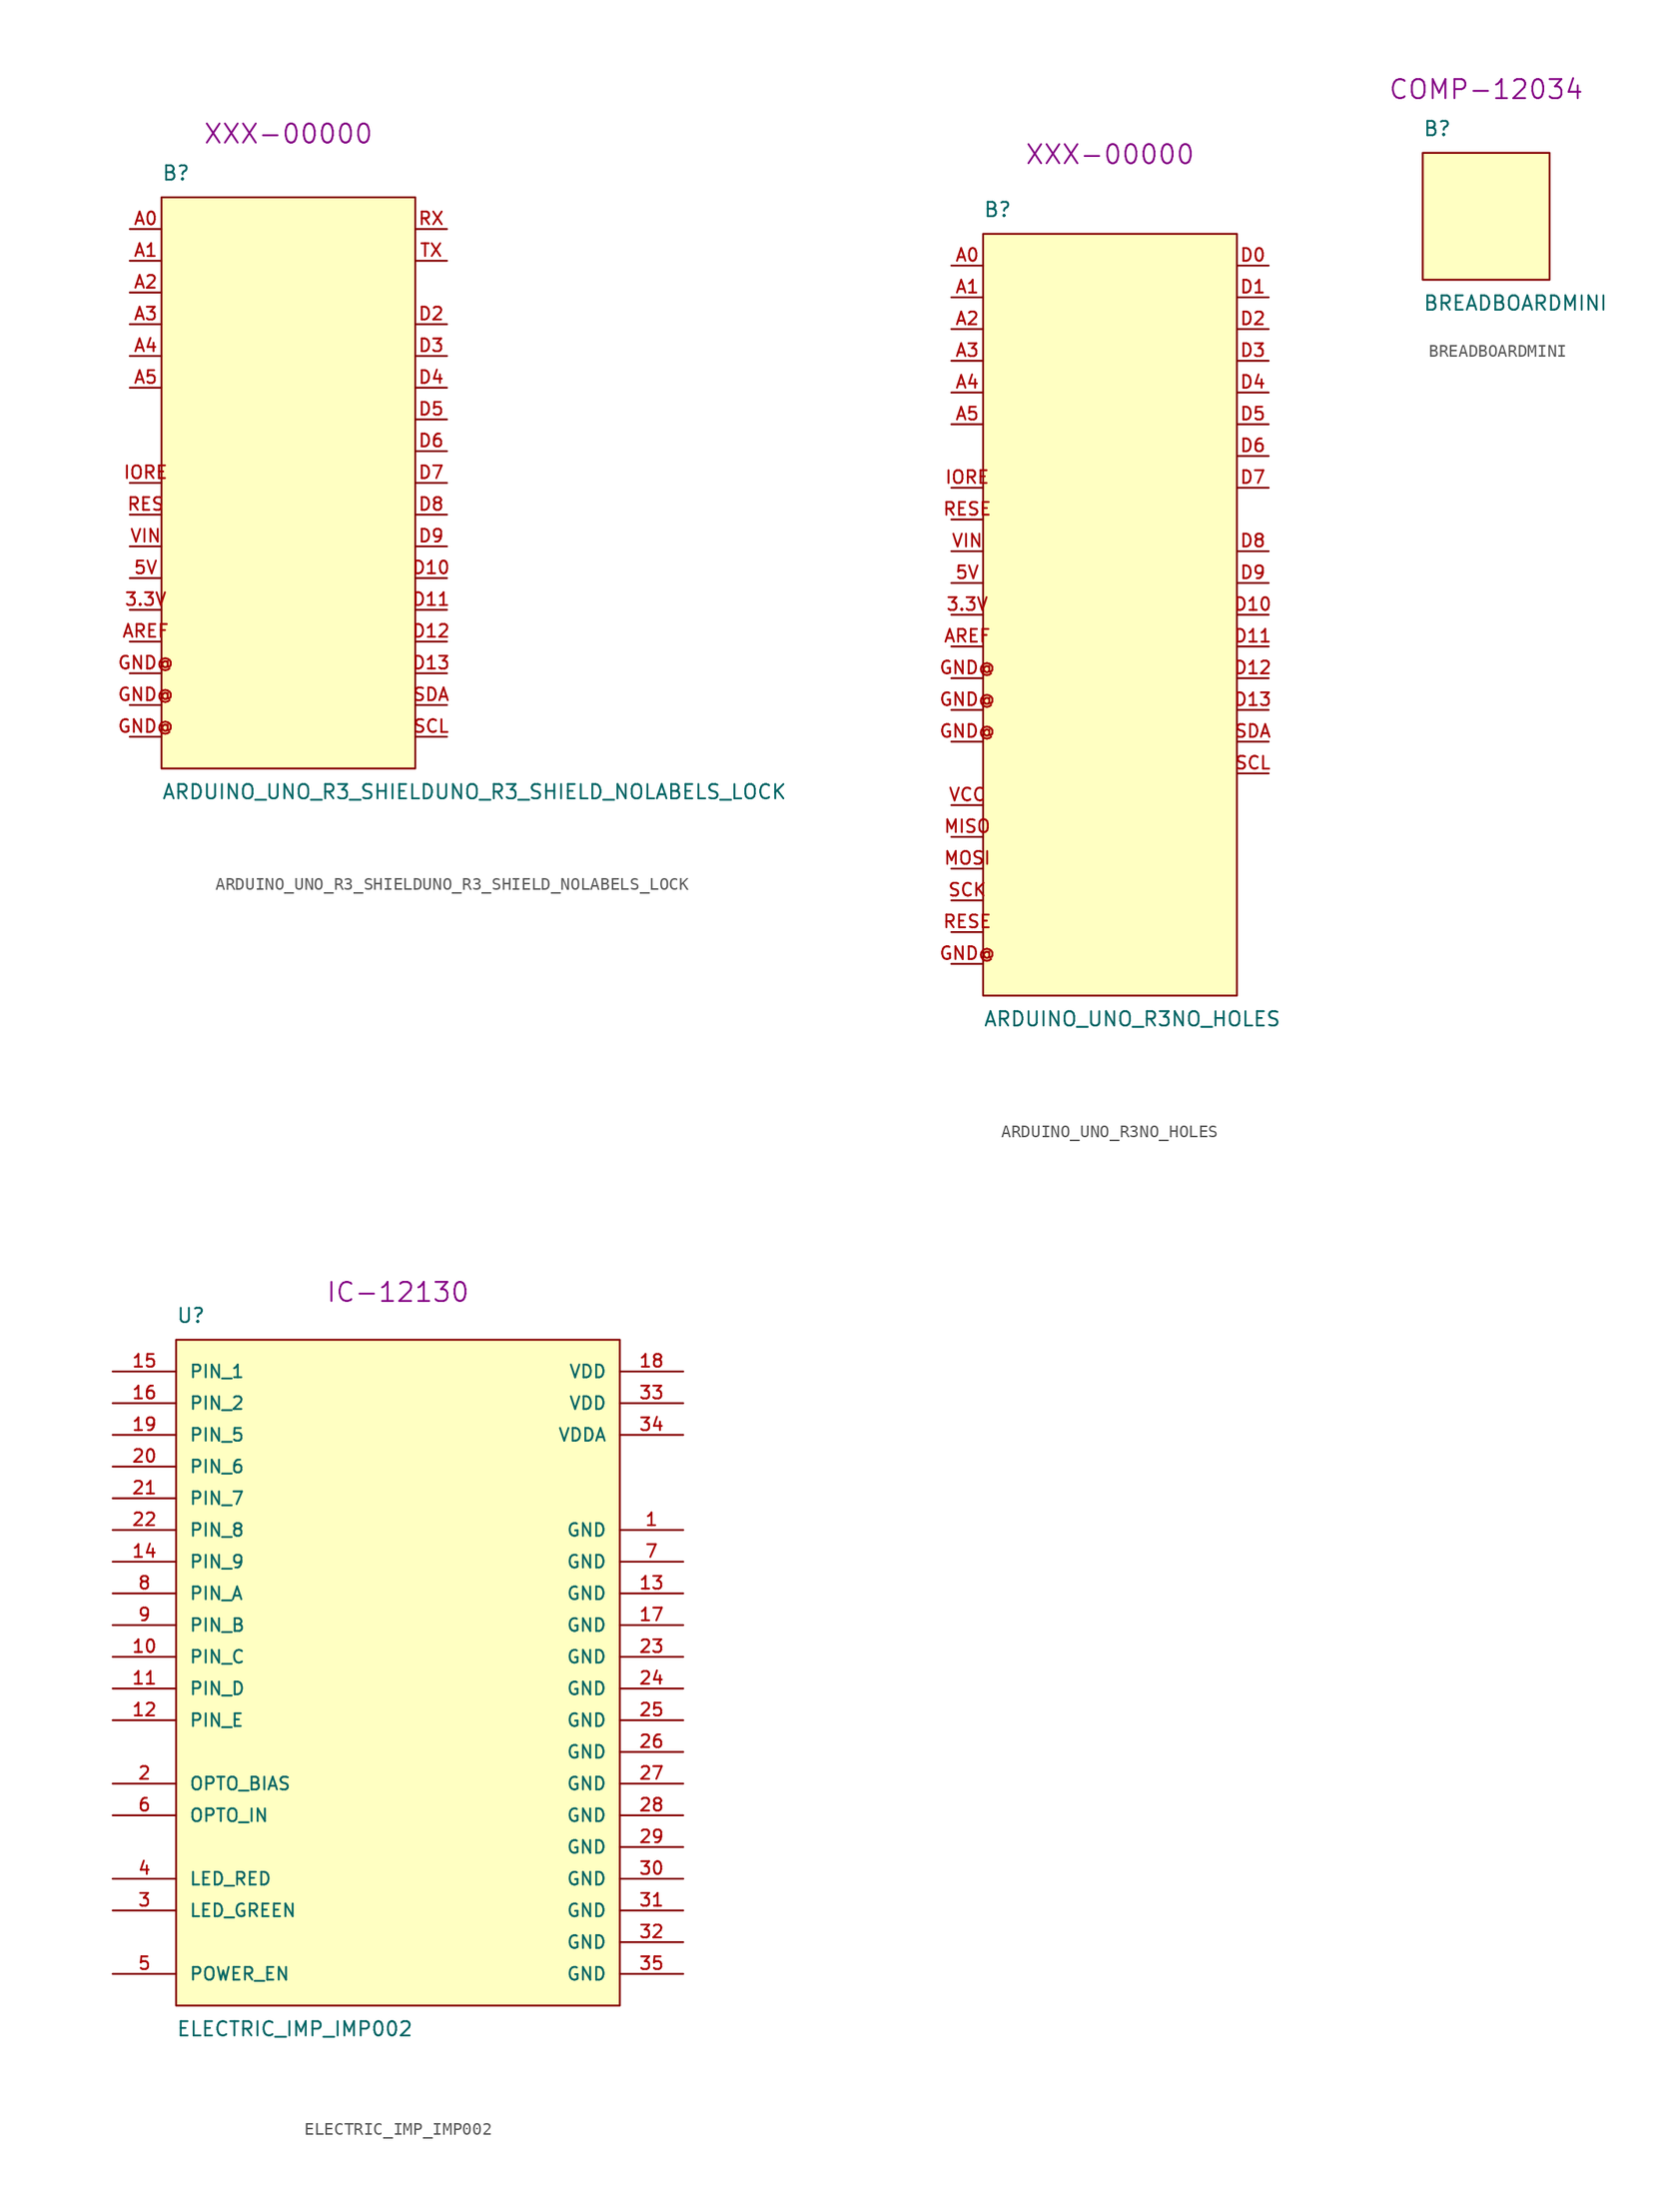
<source format=kicad_sym>
(kicad_symbol_lib
  (version 20201005)
  (generator kicad_symbol_editor)
  (symbol "ARDUINO_UNO_R3_SHIELDUNO_R3_SHIELD_NOLABELS_LOCK"
    (pin_names
      (offset 1.016) hide)
    (property "Reference" "B"
      (at -10.16 21.59 0)
      (effects (font (size 1.143 1.143)) (justify left bottom)))
    (property "Value" "ARDUINO_UNO_R3_SHIELDUNO_R3_SHIELD_NOLABELS_LOCK"
      (at -10.16 -27.94 0)
      (effects (font (size 1.143 1.143)) (justify left bottom)))
    (property "Field4" "XXX-00000"
      (at 0 25.4 0)
      (effects (font (size 1.524 1.524))))
    (property "ki_locked" ""
      (at 0 0 0)
      (effects (font (size 1.27 1.27))))
    (symbol "ARDUINO_UNO_R3_SHIELDUNO_R3_SHIELD_NOLABELS_LOCK_1_1"
      (polyline (pts (xy -10.16 -25.4) (xy -10.16 20.32) (xy 10.16 20.32) (xy 10.16 -25.4) (xy -10.16 -25.4)) (stroke (width 0)) (fill (type background)))
      (pin bidirectional line (at -12.7 17.78 0) (length 2.54) (name "A0" (effects (font (size 1.016 1.016)))) (number "A0" (effects (font (size 1.016 1.016)))))
      (pin bidirectional line (at -12.7 15.24 0) (length 2.54) (name "A1" (effects (font (size 1.016 1.016)))) (number "A1" (effects (font (size 1.016 1.016)))))
      (pin bidirectional line (at -12.7 12.7 0) (length 2.54) (name "A2" (effects (font (size 1.016 1.016)))) (number "A2" (effects (font (size 1.016 1.016)))))
      (pin bidirectional line (at 12.7 10.16 180) (length 2.54) (name "D2" (effects (font (size 1.016 1.016)))) (number "D2" (effects (font (size 1.016 1.016)))))
      (pin bidirectional line (at -12.7 10.16 0) (length 2.54) (name "A3" (effects (font (size 1.016 1.016)))) (number "A3" (effects (font (size 1.016 1.016)))))
      (pin bidirectional line (at 12.7 7.62 180) (length 2.54) (name "*D3" (effects (font (size 1.016 1.016)))) (number "D3" (effects (font (size 1.016 1.016)))))
      (pin bidirectional line (at -12.7 7.62 0) (length 2.54) (name "A4" (effects (font (size 1.016 1.016)))) (number "A4" (effects (font (size 1.016 1.016)))))
      (pin bidirectional line (at 12.7 5.08 180) (length 2.54) (name "D4" (effects (font (size 1.016 1.016)))) (number "D4" (effects (font (size 1.016 1.016)))))
      (pin bidirectional line (at -12.7 5.08 0) (length 2.54) (name "A5" (effects (font (size 1.016 1.016)))) (number "A5" (effects (font (size 1.016 1.016)))))
      (pin bidirectional line (at 12.7 2.54 180) (length 2.54) (name "*D5" (effects (font (size 1.016 1.016)))) (number "D5" (effects (font (size 1.016 1.016)))))
      (pin bidirectional line (at 12.7 0 180) (length 2.54) (name "*D6" (effects (font (size 1.016 1.016)))) (number "D6" (effects (font (size 1.016 1.016)))))
      (pin bidirectional line (at 12.7 -2.54 180) (length 2.54) (name "D7" (effects (font (size 1.016 1.016)))) (number "D7" (effects (font (size 1.016 1.016)))))
      (pin bidirectional line (at 12.7 -5.08 180) (length 2.54) (name "D8" (effects (font (size 1.016 1.016)))) (number "D8" (effects (font (size 1.016 1.016)))))
      (pin bidirectional line (at 12.7 -7.62 180) (length 2.54) (name "*D9" (effects (font (size 1.016 1.016)))) (number "D9" (effects (font (size 1.016 1.016)))))
      (pin bidirectional line (at -12.7 -10.16 0) (length 2.54) (name "5V" (effects (font (size 1.016 1.016)))) (number "5V" (effects (font (size 1.016 1.016)))))
      (pin bidirectional line (at 12.7 17.78 180) (length 2.54) (name "RX" (effects (font (size 1.016 1.016)))) (number "RX" (effects (font (size 1.016 1.016)))))
      (pin bidirectional line (at 12.7 15.24 180) (length 2.54) (name "TX" (effects (font (size 1.016 1.016)))) (number "TX" (effects (font (size 1.016 1.016)))))
      (pin bidirectional line (at 12.7 -10.16 180) (length 2.54) (name "*D10" (effects (font (size 1.016 1.016)))) (number "D10" (effects (font (size 1.016 1.016)))))
      (pin bidirectional line (at 12.7 -12.7 180) (length 2.54) (name "*D11" (effects (font (size 1.016 1.016)))) (number "D11" (effects (font (size 1.016 1.016)))))
      (pin bidirectional line (at 12.7 -15.24 180) (length 2.54) (name "D12" (effects (font (size 1.016 1.016)))) (number "D12" (effects (font (size 1.016 1.016)))))
      (pin bidirectional line (at 12.7 -17.78 180) (length 2.54) (name "D13" (effects (font (size 1.016 1.016)))) (number "D13" (effects (font (size 1.016 1.016)))))
      (pin bidirectional line (at 12.7 -20.32 180) (length 2.54) (name "SDA" (effects (font (size 1.016 1.016)))) (number "SDA" (effects (font (size 1.016 1.016)))))
      (pin bidirectional line (at 12.7 -22.86 180) (length 2.54) (name "SCL" (effects (font (size 1.016 1.016)))) (number "SCL" (effects (font (size 1.016 1.016)))))
      (pin bidirectional line (at -12.7 -7.62 0) (length 2.54) (name "VIN" (effects (font (size 1.016 1.016)))) (number "VIN" (effects (font (size 1.016 1.016)))))
      (pin bidirectional line (at -12.7 -5.08 0) (length 2.54) (name "RES" (effects (font (size 1.016 1.016)))) (number "RES" (effects (font (size 1.016 1.016)))))
      (pin bidirectional line (at -12.7 -22.86 0) (length 2.54) (name "GND" (effects (font (size 1.016 1.016)))) (number "GND@" (effects (font (size 1.016 1.016)))))
      (pin bidirectional line (at -12.7 -20.32 0) (length 2.54) (name "GND" (effects (font (size 1.016 1.016)))) (number "GND@" (effects (font (size 1.016 1.016)))))
      (pin bidirectional line (at -12.7 -17.78 0) (length 2.54) (name "GND" (effects (font (size 1.016 1.016)))) (number "GND@" (effects (font (size 1.016 1.016)))))
      (pin bidirectional line (at -12.7 -2.54 0) (length 2.54) (name "IOREF" (effects (font (size 1.016 1.016)))) (number "IORE" (effects (font (size 1.016 1.016)))))
      (pin bidirectional line (at -12.7 -15.24 0) (length 2.54) (name "AREF" (effects (font (size 1.016 1.016)))) (number "AREF" (effects (font (size 1.016 1.016)))))
      (pin bidirectional line (at -12.7 -12.7 0) (length 2.54) (name "3.3V" (effects (font (size 1.016 1.016)))) (number "3.3V" (effects (font (size 1.016 1.016)))))))
  (symbol "ARDUINO_UNO_R3NO_HOLES"
    (pin_names
      (offset 1.016) hide)
    (property "Reference" "B"
      (at -10.16 31.75 0)
      (effects (font (size 1.143 1.143)) (justify left bottom)))
    (property "Value" "ARDUINO_UNO_R3NO_HOLES"
      (at -10.16 -33.02 0)
      (effects (font (size 1.143 1.143)) (justify left bottom)))
    (property "Field4" "XXX-00000"
      (at 0 36.83 0)
      (effects (font (size 1.524 1.524))))
    (property "ki_locked" ""
      (at 0 0 0)
      (effects (font (size 1.27 1.27))))
    (symbol "ARDUINO_UNO_R3NO_HOLES_1_1"
      (polyline (pts (xy -10.16 -30.48) (xy -10.16 30.48) (xy 10.16 30.48) (xy 10.16 -30.48) (xy -10.16 -30.48)) (stroke (width 0)) (fill (type background)))
      (pin bidirectional line (at -12.7 27.94 0) (length 2.54) (name "A0" (effects (font (size 1.016 1.016)))) (number "A0" (effects (font (size 1.016 1.016)))))
      (pin bidirectional line (at 12.7 27.94 180) (length 2.54) (name "D0" (effects (font (size 1.016 1.016)))) (number "D0" (effects (font (size 1.016 1.016)))))
      (pin bidirectional line (at -12.7 25.4 0) (length 2.54) (name "A1" (effects (font (size 1.016 1.016)))) (number "A1" (effects (font (size 1.016 1.016)))))
      (pin bidirectional line (at 12.7 25.4 180) (length 2.54) (name "D1" (effects (font (size 1.016 1.016)))) (number "D1" (effects (font (size 1.016 1.016)))))
      (pin bidirectional line (at -12.7 22.86 0) (length 2.54) (name "A2" (effects (font (size 1.016 1.016)))) (number "A2" (effects (font (size 1.016 1.016)))))
      (pin bidirectional line (at 12.7 22.86 180) (length 2.54) (name "D2" (effects (font (size 1.016 1.016)))) (number "D2" (effects (font (size 1.016 1.016)))))
      (pin bidirectional line (at -12.7 20.32 0) (length 2.54) (name "A3" (effects (font (size 1.016 1.016)))) (number "A3" (effects (font (size 1.016 1.016)))))
      (pin bidirectional line (at 12.7 20.32 180) (length 2.54) (name "*D3" (effects (font (size 1.016 1.016)))) (number "D3" (effects (font (size 1.016 1.016)))))
      (pin bidirectional line (at -12.7 17.78 0) (length 2.54) (name "A4" (effects (font (size 1.016 1.016)))) (number "A4" (effects (font (size 1.016 1.016)))))
      (pin bidirectional line (at 12.7 17.78 180) (length 2.54) (name "D4" (effects (font (size 1.016 1.016)))) (number "D4" (effects (font (size 1.016 1.016)))))
      (pin bidirectional line (at -12.7 15.24 0) (length 2.54) (name "A5" (effects (font (size 1.016 1.016)))) (number "A5" (effects (font (size 1.016 1.016)))))
      (pin bidirectional line (at 12.7 15.24 180) (length 2.54) (name "*D5" (effects (font (size 1.016 1.016)))) (number "D5" (effects (font (size 1.016 1.016)))))
      (pin bidirectional line (at 12.7 12.7 180) (length 2.54) (name "*D6" (effects (font (size 1.016 1.016)))) (number "D6" (effects (font (size 1.016 1.016)))))
      (pin bidirectional line (at 12.7 10.16 180) (length 2.54) (name "D7" (effects (font (size 1.016 1.016)))) (number "D7" (effects (font (size 1.016 1.016)))))
      (pin bidirectional line (at 12.7 5.08 180) (length 2.54) (name "D8" (effects (font (size 1.016 1.016)))) (number "D8" (effects (font (size 1.016 1.016)))))
      (pin bidirectional line (at 12.7 2.54 180) (length 2.54) (name "*D9" (effects (font (size 1.016 1.016)))) (number "D9" (effects (font (size 1.016 1.016)))))
      (pin bidirectional line (at -12.7 2.54 0) (length 2.54) (name "5V" (effects (font (size 1.016 1.016)))) (number "5V" (effects (font (size 1.016 1.016)))))
      (pin bidirectional line (at 12.7 0 180) (length 2.54) (name "*D10" (effects (font (size 1.016 1.016)))) (number "D10" (effects (font (size 1.016 1.016)))))
      (pin bidirectional line (at 12.7 -2.54 180) (length 2.54) (name "*D11" (effects (font (size 1.016 1.016)))) (number "D11" (effects (font (size 1.016 1.016)))))
      (pin bidirectional line (at 12.7 -5.08 180) (length 2.54) (name "D12" (effects (font (size 1.016 1.016)))) (number "D12" (effects (font (size 1.016 1.016)))))
      (pin bidirectional line (at 12.7 -7.62 180) (length 2.54) (name "D13" (effects (font (size 1.016 1.016)))) (number "D13" (effects (font (size 1.016 1.016)))))
      (pin bidirectional line (at 12.7 -10.16 180) (length 2.54) (name "SDA" (effects (font (size 1.016 1.016)))) (number "SDA" (effects (font (size 1.016 1.016)))))
      (pin bidirectional line (at -12.7 -15.24 0) (length 2.54) (name "VCC" (effects (font (size 1.016 1.016)))) (number "VCC" (effects (font (size 1.016 1.016)))))
      (pin bidirectional line (at -12.7 -22.86 0) (length 2.54) (name "SCK" (effects (font (size 1.016 1.016)))) (number "SCK" (effects (font (size 1.016 1.016)))))
      (pin bidirectional line (at 12.7 -12.7 180) (length 2.54) (name "SCL" (effects (font (size 1.016 1.016)))) (number "SCL" (effects (font (size 1.016 1.016)))))
      (pin bidirectional line (at -12.7 5.08 0) (length 2.54) (name "VIN" (effects (font (size 1.016 1.016)))) (number "VIN" (effects (font (size 1.016 1.016)))))
      (pin bidirectional line (at -12.7 -27.94 0) (length 2.54) (name "GND" (effects (font (size 1.016 1.016)))) (number "GND@" (effects (font (size 1.016 1.016)))))
      (pin bidirectional line (at -12.7 -10.16 0) (length 2.54) (name "GND" (effects (font (size 1.016 1.016)))) (number "GND@" (effects (font (size 1.016 1.016)))))
      (pin bidirectional line (at -12.7 -7.62 0) (length 2.54) (name "GND" (effects (font (size 1.016 1.016)))) (number "GND@" (effects (font (size 1.016 1.016)))))
      (pin bidirectional line (at -12.7 -5.08 0) (length 2.54) (name "GND" (effects (font (size 1.016 1.016)))) (number "GND@" (effects (font (size 1.016 1.016)))))
      (pin bidirectional line (at -12.7 10.16 0) (length 2.54) (name "IOREF" (effects (font (size 1.016 1.016)))) (number "IORE" (effects (font (size 1.016 1.016)))))
      (pin bidirectional line (at -12.7 -25.4 0) (length 2.54) (name "~RESET~" (effects (font (size 1.016 1.016)))) (number "RESE" (effects (font (size 1.016 1.016)))))
      (pin bidirectional line (at -12.7 7.62 0) (length 2.54) (name "~RESET~" (effects (font (size 1.016 1.016)))) (number "RESE" (effects (font (size 1.016 1.016)))))
      (pin bidirectional line (at -12.7 -2.54 0) (length 2.54) (name "AREF" (effects (font (size 1.016 1.016)))) (number "AREF" (effects (font (size 1.016 1.016)))))
      (pin bidirectional line (at -12.7 -20.32 0) (length 2.54) (name "MOSI" (effects (font (size 1.016 1.016)))) (number "MOSI" (effects (font (size 1.016 1.016)))))
      (pin bidirectional line (at -12.7 -17.78 0) (length 2.54) (name "MISO" (effects (font (size 1.016 1.016)))) (number "MISO" (effects (font (size 1.016 1.016)))))
      (pin bidirectional line (at -12.7 0 0) (length 2.54) (name "3.3V" (effects (font (size 1.016 1.016)))) (number "3.3V" (effects (font (size 1.016 1.016)))))))
  (symbol "BREADBOARDMINI"
    (pin_numbers hide)
    (pin_names
      (offset 1.016) hide)
    (property "Reference" "B"
      (at -5.08 6.35 0)
      (effects (font (size 1.143 1.143)) (justify left bottom)))
    (property "Value" "BREADBOARDMINI"
      (at -5.08 -7.62 0)
      (effects (font (size 1.143 1.143)) (justify left bottom)))
    (property "Field4" "COMP-12034"
      (at 0 10.16 0)
      (effects (font (size 1.524 1.524))))
    (property "ki_locked" ""
      (at 0 0 0)
      (effects (font (size 1.27 1.27))))
    (symbol "BREADBOARDMINI_1_1"
      (polyline (pts (xy -5.08 5.08) (xy -5.08 -5.08) (xy 5.08 -5.08) (xy 5.08 5.08) (xy -5.08 5.08)) (stroke (width 0)) (fill (type background)))))
  (symbol "ELECTRIC_IMP_IMP002"
    (pin_names
      (offset 1.016))
    (property "Reference" "U"
      (at -17.78 26.67 0)
      (effects (font (size 1.143 1.143)) (justify left bottom)))
    (property "Value" "ELECTRIC_IMP_IMP002"
      (at -17.78 -30.48 0)
      (effects (font (size 1.143 1.143)) (justify left bottom)))
    (property "Field4" "IC-12130"
      (at 0 29.21 0)
      (effects (font (size 1.524 1.524))))
    (property "ki_locked" ""
      (at 0 0 0)
      (effects (font (size 1.27 1.27))))
    (symbol "ELECTRIC_IMP_IMP002_1_1"
      (polyline (pts (xy -17.78 25.4) (xy 17.78 25.4) (xy 17.78 -27.94) (xy -17.78 -27.94) (xy -17.78 25.4)) (stroke (width 0)) (fill (type background)))
      (pin bidirectional line (at 22.86 10.16 180) (length 5.08) (name "GND" (effects (font (size 1.016 1.016)))) (number "1" (effects (font (size 1.016 1.016)))))
      (pin bidirectional line (at -22.86 -10.16 0) (length 5.08) (name "OPTO_BIAS" (effects (font (size 1.016 1.016)))) (number "2" (effects (font (size 1.016 1.016)))))
      (pin bidirectional line (at -22.86 -20.32 0) (length 5.08) (name "LED_GREEN" (effects (font (size 1.016 1.016)))) (number "3" (effects (font (size 1.016 1.016)))))
      (pin bidirectional line (at -22.86 -17.78 0) (length 5.08) (name "LED_RED" (effects (font (size 1.016 1.016)))) (number "4" (effects (font (size 1.016 1.016)))))
      (pin bidirectional line (at -22.86 -25.4 0) (length 5.08) (name "POWER_EN" (effects (font (size 1.016 1.016)))) (number "5" (effects (font (size 1.016 1.016)))))
      (pin bidirectional line (at -22.86 -12.7 0) (length 5.08) (name "OPTO_IN" (effects (font (size 1.016 1.016)))) (number "6" (effects (font (size 1.016 1.016)))))
      (pin bidirectional line (at 22.86 7.62 180) (length 5.08) (name "GND" (effects (font (size 1.016 1.016)))) (number "7" (effects (font (size 1.016 1.016)))))
      (pin bidirectional line (at -22.86 5.08 0) (length 5.08) (name "PIN_A" (effects (font (size 1.016 1.016)))) (number "8" (effects (font (size 1.016 1.016)))))
      (pin bidirectional line (at -22.86 2.54 0) (length 5.08) (name "PIN_B" (effects (font (size 1.016 1.016)))) (number "9" (effects (font (size 1.016 1.016)))))
      (pin bidirectional line (at -22.86 0 0) (length 5.08) (name "PIN_C" (effects (font (size 1.016 1.016)))) (number "10" (effects (font (size 1.016 1.016)))))
      (pin bidirectional line (at -22.86 15.24 0) (length 5.08) (name "PIN_6" (effects (font (size 1.016 1.016)))) (number "20" (effects (font (size 1.016 1.016)))))
      (pin bidirectional line (at 22.86 -17.78 180) (length 5.08) (name "GND" (effects (font (size 1.016 1.016)))) (number "30" (effects (font (size 1.016 1.016)))))
      (pin bidirectional line (at -22.86 -2.54 0) (length 5.08) (name "PIN_D" (effects (font (size 1.016 1.016)))) (number "11" (effects (font (size 1.016 1.016)))))
      (pin bidirectional line (at -22.86 12.7 0) (length 5.08) (name "PIN_7" (effects (font (size 1.016 1.016)))) (number "21" (effects (font (size 1.016 1.016)))))
      (pin bidirectional line (at 22.86 -20.32 180) (length 5.08) (name "GND" (effects (font (size 1.016 1.016)))) (number "31" (effects (font (size 1.016 1.016)))))
      (pin bidirectional line (at -22.86 -5.08 0) (length 5.08) (name "PIN_E" (effects (font (size 1.016 1.016)))) (number "12" (effects (font (size 1.016 1.016)))))
      (pin bidirectional line (at -22.86 10.16 0) (length 5.08) (name "PIN_8" (effects (font (size 1.016 1.016)))) (number "22" (effects (font (size 1.016 1.016)))))
      (pin bidirectional line (at 22.86 -22.86 180) (length 5.08) (name "GND" (effects (font (size 1.016 1.016)))) (number "32" (effects (font (size 1.016 1.016)))))
      (pin bidirectional line (at 22.86 5.08 180) (length 5.08) (name "GND" (effects (font (size 1.016 1.016)))) (number "13" (effects (font (size 1.016 1.016)))))
      (pin bidirectional line (at 22.86 0 180) (length 5.08) (name "GND" (effects (font (size 1.016 1.016)))) (number "23" (effects (font (size 1.016 1.016)))))
      (pin bidirectional line (at 22.86 20.32 180) (length 5.08) (name "VDD" (effects (font (size 1.016 1.016)))) (number "33" (effects (font (size 1.016 1.016)))))
      (pin bidirectional line (at -22.86 7.62 0) (length 5.08) (name "PIN_9" (effects (font (size 1.016 1.016)))) (number "14" (effects (font (size 1.016 1.016)))))
      (pin bidirectional line (at 22.86 -2.54 180) (length 5.08) (name "GND" (effects (font (size 1.016 1.016)))) (number "24" (effects (font (size 1.016 1.016)))))
      (pin bidirectional line (at 22.86 17.78 180) (length 5.08) (name "VDDA" (effects (font (size 1.016 1.016)))) (number "34" (effects (font (size 1.016 1.016)))))
      (pin bidirectional line (at -22.86 22.86 0) (length 5.08) (name "PIN_1" (effects (font (size 1.016 1.016)))) (number "15" (effects (font (size 1.016 1.016)))))
      (pin bidirectional line (at 22.86 -5.08 180) (length 5.08) (name "GND" (effects (font (size 1.016 1.016)))) (number "25" (effects (font (size 1.016 1.016)))))
      (pin bidirectional line (at 22.86 -25.4 180) (length 5.08) (name "GND" (effects (font (size 1.016 1.016)))) (number "35" (effects (font (size 1.016 1.016)))))
      (pin bidirectional line (at -22.86 20.32 0) (length 5.08) (name "PIN_2" (effects (font (size 1.016 1.016)))) (number "16" (effects (font (size 1.016 1.016)))))
      (pin bidirectional line (at 22.86 -7.62 180) (length 5.08) (name "GND" (effects (font (size 1.016 1.016)))) (number "26" (effects (font (size 1.016 1.016)))))
      (pin bidirectional line (at 22.86 2.54 180) (length 5.08) (name "GND" (effects (font (size 1.016 1.016)))) (number "17" (effects (font (size 1.016 1.016)))))
      (pin bidirectional line (at 22.86 -10.16 180) (length 5.08) (name "GND" (effects (font (size 1.016 1.016)))) (number "27" (effects (font (size 1.016 1.016)))))
      (pin bidirectional line (at 22.86 22.86 180) (length 5.08) (name "VDD" (effects (font (size 1.016 1.016)))) (number "18" (effects (font (size 1.016 1.016)))))
      (pin bidirectional line (at 22.86 -12.7 180) (length 5.08) (name "GND" (effects (font (size 1.016 1.016)))) (number "28" (effects (font (size 1.016 1.016)))))
      (pin bidirectional line (at -22.86 17.78 0) (length 5.08) (name "PIN_5" (effects (font (size 1.016 1.016)))) (number "19" (effects (font (size 1.016 1.016)))))
      (pin bidirectional line (at 22.86 -15.24 180) (length 5.08) (name "GND" (effects (font (size 1.016 1.016)))) (number "29" (effects (font (size 1.016 1.016))))))))
</source>
